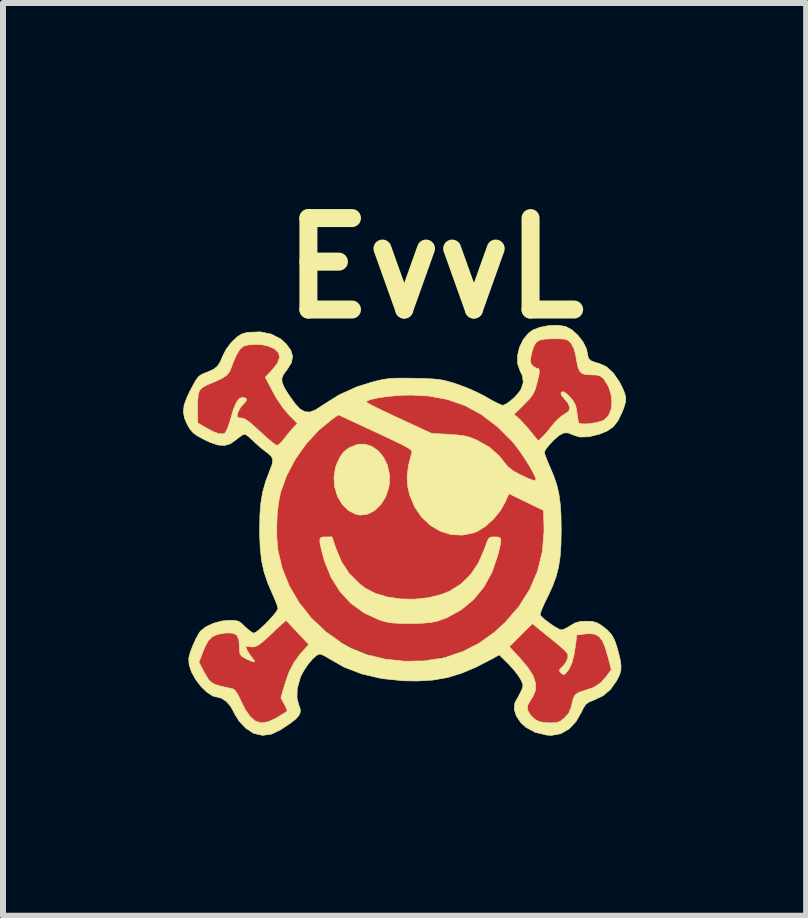
<source format=kicad_pcb>
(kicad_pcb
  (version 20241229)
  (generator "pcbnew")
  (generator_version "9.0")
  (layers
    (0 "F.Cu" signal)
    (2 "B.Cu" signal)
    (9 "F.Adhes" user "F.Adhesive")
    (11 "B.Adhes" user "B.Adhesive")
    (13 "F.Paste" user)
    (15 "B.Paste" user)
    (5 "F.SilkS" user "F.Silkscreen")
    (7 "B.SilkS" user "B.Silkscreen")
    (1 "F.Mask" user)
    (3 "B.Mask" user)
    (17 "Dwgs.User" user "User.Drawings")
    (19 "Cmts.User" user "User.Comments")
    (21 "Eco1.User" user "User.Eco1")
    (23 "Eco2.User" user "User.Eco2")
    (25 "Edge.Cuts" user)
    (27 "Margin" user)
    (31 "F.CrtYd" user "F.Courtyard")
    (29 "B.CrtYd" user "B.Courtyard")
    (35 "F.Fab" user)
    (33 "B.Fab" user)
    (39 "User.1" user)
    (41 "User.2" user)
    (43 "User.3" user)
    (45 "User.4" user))
  (footprint "EvvL"
    (layer "F.Cu")
    (at 3.693 5.788)
    (property "Reference" "EvvL" (at 0.5 -4.37 0) (layer "F.SilkS") (effects (font (size 1.524 1.524) (thickness 0.3))))
    (attr through_hole)
    (fp_poly (pts (xy -0.543 -1.399) (xy -0.439 -1.324) (xy -0.352 -1.218) (xy -0.289 -1.088) (xy -0.255 -0.939) (xy -0.256 -0.778) (xy -0.266 -0.716) (xy -0.317 -0.561) (xy -0.398 -0.431) (xy -0.5 -0.333) (xy -0.616 -0.273) (xy -0.739 -0.256) (xy -0.808 -0.268) (xy -0.936 -0.331) (xy -1.041 -0.435) (xy -1.119 -0.568) (xy -1.166 -0.721) (xy -1.179 -0.883) (xy -1.154 -1.045) (xy -1.124 -1.127) (xy -1.073 -1.231) (xy -1.022 -1.301) (xy -0.956 -1.356) (xy -0.909 -1.387) (xy -0.784 -1.437) (xy -0.66 -1.439) (xy -0.543 -1.399)) (stroke (width 0.01) (type solid)) (fill yes) (layer "F.SilkS"))
    (fp_poly (pts (xy -1.152 0.284) (xy -1.054 0.521) (xy -0.923 0.719) (xy -0.755 0.887) (xy -0.656 0.962) (xy -0.489 1.049) (xy -0.288 1.108) (xy -0.066 1.141) (xy 0.166 1.145) (xy 0.396 1.12) (xy 0.61 1.067) (xy 0.741 1.014) (xy 0.935 0.894) (xy 1.096 0.737) (xy 1.228 0.54) (xy 1.333 0.299) (xy 1.339 0.28) (xy 1.371 0.188) (xy 1.396 0.137) (xy 1.426 0.114) (xy 1.469 0.107) (xy 1.501 0.107) (xy 1.555 0.109) (xy 1.588 0.123) (xy 1.602 0.155) (xy 1.597 0.215) (xy 1.576 0.312) (xy 1.551 0.411) (xy 1.455 0.693) (xy 1.32 0.94) (xy 1.147 1.151) (xy 0.94 1.323) (xy 0.7 1.454) (xy 0.539 1.512) (xy 0.439 1.532) (xy 0.293 1.545) (xy 0.112 1.55) (xy 0.08 1.55) (xy -0.073 1.548) (xy -0.189 1.542) (xy -0.281 1.53) (xy -0.365 1.509) (xy -0.431 1.487) (xy -0.679 1.372) (xy -0.895 1.215) (xy -1.078 1.018) (xy -1.225 0.784) (xy -1.335 0.514) (xy -1.364 0.411) (xy -1.396 0.282) (xy -1.413 0.196) (xy -1.413 0.144) (xy -1.394 0.117) (xy -1.355 0.108) (xy -1.314 0.107) (xy -1.211 0.107) (xy -1.152 0.284)) (stroke (width 0.01) (type solid)) (fill yes) (layer "F.SilkS"))
    (fp_poly (pts (xy 2.677 -3.399) (xy 2.683 -3.397) (xy 2.787 -3.341) (xy 2.886 -3.251) (xy 2.971 -3.141) (xy 3.028 -3.026) (xy 3.048 -2.926) (xy 3.061 -2.868) (xy 3.107 -2.826) (xy 3.193 -2.794) (xy 3.236 -2.784) (xy 3.358 -2.73) (xy 3.473 -2.626) (xy 3.577 -2.475) (xy 3.62 -2.392) (xy 3.663 -2.293) (xy 3.683 -2.216) (xy 3.68 -2.142) (xy 3.653 -2.052) (xy 3.622 -1.972) (xy 3.554 -1.83) (xy 3.475 -1.729) (xy 3.373 -1.657) (xy 3.246 -1.605) (xy 3.065 -1.561) (xy 2.918 -1.557) (xy 2.807 -1.591) (xy 2.726 -1.625) (xy 2.651 -1.625) (xy 2.574 -1.586) (xy 2.481 -1.505) (xy 2.466 -1.49) (xy 2.398 -1.415) (xy 2.348 -1.351) (xy 2.326 -1.309) (xy 2.326 -1.306) (xy 2.337 -1.263) (xy 2.365 -1.186) (xy 2.405 -1.09) (xy 2.416 -1.066) (xy 2.483 -0.907) (xy 2.533 -0.76) (xy 2.568 -0.612) (xy 2.59 -0.45) (xy 2.603 -0.262) (xy 2.607 -0.035) (xy 2.607 0) (xy 2.603 0.239) (xy 2.589 0.438) (xy 2.563 0.61) (xy 2.522 0.769) (xy 2.463 0.928) (xy 2.384 1.1) (xy 2.362 1.143) (xy 2.313 1.246) (xy 2.276 1.332) (xy 2.258 1.39) (xy 2.257 1.407) (xy 2.287 1.444) (xy 2.349 1.497) (xy 2.428 1.556) (xy 2.508 1.609) (xy 2.575 1.646) (xy 2.611 1.658) (xy 2.66 1.643) (xy 2.73 1.606) (xy 2.762 1.585) (xy 2.843 1.539) (xy 2.926 1.517) (xy 3.022 1.512) (xy 3.124 1.516) (xy 3.201 1.537) (xy 3.278 1.582) (xy 3.29 1.591) (xy 3.382 1.664) (xy 3.448 1.739) (xy 3.498 1.831) (xy 3.54 1.957) (xy 3.555 2.011) (xy 3.589 2.15) (xy 3.604 2.253) (xy 3.6 2.336) (xy 3.577 2.412) (xy 3.533 2.498) (xy 3.531 2.503) (xy 3.427 2.65) (xy 3.304 2.754) (xy 3.15 2.827) (xy 3.066 2.86) (xy 3.014 2.9) (xy 2.974 2.963) (xy 2.953 3.009) (xy 2.855 3.182) (xy 2.736 3.308) (xy 2.599 3.386) (xy 2.445 3.414) (xy 2.366 3.409) (xy 2.174 3.363) (xy 2.017 3.278) (xy 1.933 3.2) (xy 1.859 3.089) (xy 1.825 2.977) (xy 1.835 2.875) (xy 1.854 2.836) (xy 1.896 2.763) (xy 1.938 2.68) (xy 1.941 2.674) (xy 1.966 2.613) (xy 1.969 2.567) (xy 1.947 2.511) (xy 1.927 2.471) (xy 1.878 2.397) (xy 1.805 2.306) (xy 1.723 2.218) (xy 1.722 2.217) (xy 1.575 2.072) (xy 1.463 2.135) (xy 1.193 2.275) (xy 0.946 2.379) (xy 0.709 2.451) (xy 0.467 2.493) (xy 0.209 2.508) (xy -0.027 2.504) (xy -0.384 2.467) (xy -0.714 2.39) (xy -1.014 2.275) (xy -1.267 2.13) (xy -1.339 2.087) (xy -1.401 2.062) (xy -1.419 2.059) (xy -1.469 2.081) (xy -1.535 2.14) (xy -1.606 2.224) (xy -1.673 2.322) (xy -1.728 2.423) (xy -1.741 2.456) (xy -1.791 2.633) (xy -1.795 2.791) (xy -1.766 2.903) (xy -1.742 2.971) (xy -1.74 3.029) (xy -1.764 3.084) (xy -1.819 3.144) (xy -1.91 3.215) (xy -2.043 3.304) (xy -2.067 3.32) (xy -2.22 3.393) (xy -2.368 3.414) (xy -2.511 3.381) (xy -2.527 3.374) (xy -2.648 3.294) (xy -2.757 3.179) (xy -2.84 3.046) (xy -2.851 3.019) (xy -2.903 2.927) (xy -2.974 2.848) (xy -3.05 2.796) (xy -3.105 2.781) (xy -3.2 2.757) (xy -3.3 2.691) (xy -3.397 2.596) (xy -3.484 2.481) (xy -3.552 2.358) (xy -3.592 2.237) (xy -3.595 2.197) (xy -3.429 2.197) (xy -3.355 2.335) (xy -3.305 2.425) (xy -3.263 2.489) (xy -3.216 2.534) (xy -3.155 2.566) (xy -3.068 2.593) (xy -2.945 2.62) (xy -2.871 2.635) (xy -2.826 2.665) (xy -2.776 2.741) (xy -2.741 2.814) (xy -2.655 2.986) (xy -2.57 3.107) (xy -2.48 3.179) (xy -2.382 3.205) (xy -2.271 3.186) (xy -2.142 3.126) (xy -2.125 3.116) (xy -2.046 3.067) (xy -1.986 3.029) (xy -1.959 3.011) (xy -1.963 2.982) (xy -1.989 2.925) (xy -2.005 2.894) (xy -2.063 2.791) (xy -1.997 2.562) (xy -1.93 2.367) (xy -1.848 2.206) (xy -1.74 2.057) (xy -1.694 2.005) (xy -1.599 1.899) (xy -1.782 1.705) (xy -1.86 1.622) (xy -1.923 1.554) (xy -1.962 1.511) (xy -1.972 1.499) (xy -1.992 1.512) (xy -2.043 1.555) (xy -2.116 1.622) (xy -2.186 1.689) (xy -2.301 1.798) (xy -2.388 1.873) (xy -2.455 1.919) (xy -2.509 1.939) (xy -2.558 1.94) (xy -2.58 1.936) (xy -2.629 1.93) (xy -2.647 1.937) (xy -2.631 1.985) (xy -2.592 2.053) (xy -2.542 2.121) (xy -2.532 2.132) (xy -2.501 2.176) (xy -2.513 2.19) (xy -2.566 2.174) (xy -2.646 2.136) (xy -2.708 2.101) (xy -2.74 2.067) (xy -2.752 2.015) (xy -2.754 1.936) (xy -2.763 1.819) (xy -2.795 1.746) (xy -2.859 1.711) (xy -2.96 1.707) (xy -2.999 1.71) (xy -3.121 1.732) (xy -3.209 1.772) (xy -3.275 1.84) (xy -3.332 1.946) (xy -3.356 2.006) (xy -3.429 2.197) (xy -3.595 2.197) (xy -3.598 2.129) (xy -3.597 2.121) (xy -3.572 2.028) (xy -3.53 1.918) (xy -3.48 1.807) (xy -3.431 1.717) (xy -3.401 1.675) (xy -3.311 1.604) (xy -3.185 1.546) (xy -3.043 1.508) (xy -2.926 1.498) (xy -2.833 1.5) (xy -2.772 1.513) (xy -2.721 1.546) (xy -2.66 1.604) (xy -2.595 1.663) (xy -2.539 1.702) (xy -2.514 1.711) (xy -2.474 1.692) (xy -2.411 1.642) (xy -2.335 1.572) (xy -2.257 1.493) (xy -2.187 1.414) (xy -2.135 1.348) (xy -2.113 1.304) (xy -2.112 1.3) (xy -2.123 1.254) (xy -2.152 1.175) (xy -2.193 1.079) (xy -2.202 1.06) (xy -2.284 0.869) (xy -2.344 0.69) (xy -2.384 0.506) (xy -2.407 0.304) (xy -2.417 0.069) (xy -2.417 -0.013) (xy -2.416 -0.066) (xy -2.133 -0.066) (xy -2.13 0.138) (xy -2.114 0.318) (xy -2.114 0.323) (xy -2.042 0.63) (xy -1.923 0.926) (xy -1.759 1.204) (xy -1.555 1.46) (xy -1.316 1.686) (xy -1.046 1.877) (xy -0.891 1.963) (xy -0.617 2.073) (xy -0.317 2.145) (xy -0.001 2.179) (xy 0.317 2.173) (xy 0.625 2.126) (xy 0.679 2.113) (xy 0.97 2.016) (xy 1.128 1.936) (xy 1.743 1.936) (xy 1.918 2.124) (xy 2.051 2.282) (xy 2.139 2.42) (xy 2.18 2.545) (xy 2.179 2.66) (xy 2.134 2.771) (xy 2.098 2.825) (xy 2.048 2.913) (xy 2.047 2.992) (xy 2.095 3.074) (xy 2.127 3.109) (xy 2.181 3.155) (xy 2.24 3.183) (xy 2.319 3.198) (xy 2.436 3.205) (xy 2.44 3.205) (xy 2.528 3.201) (xy 2.593 3.177) (xy 2.662 3.122) (xy 2.663 3.121) (xy 2.737 3.035) (xy 2.777 2.933) (xy 2.783 2.903) (xy 2.808 2.8) (xy 2.844 2.736) (xy 2.902 2.697) (xy 2.978 2.673) (xy 3.141 2.617) (xy 3.266 2.536) (xy 3.356 2.436) (xy 3.442 2.318) (xy 3.39 2.117) (xy 3.343 1.955) (xy 3.295 1.84) (xy 3.238 1.767) (xy 3.168 1.728) (xy 3.077 1.718) (xy 2.991 1.725) (xy 2.866 1.742) (xy 2.848 1.894) (xy 2.821 2.07) (xy 2.787 2.202) (xy 2.743 2.3) (xy 2.714 2.342) (xy 2.67 2.391) (xy 2.642 2.402) (xy 2.611 2.38) (xy 2.605 2.375) (xy 2.578 2.342) (xy 2.583 2.314) (xy 2.626 2.271) (xy 2.63 2.268) (xy 2.684 2.201) (xy 2.716 2.125) (xy 2.716 2.124) (xy 2.72 2.09) (xy 2.714 2.059) (xy 2.691 2.024) (xy 2.645 1.978) (xy 2.572 1.914) (xy 2.464 1.825) (xy 2.429 1.797) (xy 2.126 1.552) (xy 1.934 1.744) (xy 1.743 1.936) (xy 1.128 1.936) (xy 1.239 1.879) (xy 1.492 1.697) (xy 1.677 1.527) (xy 1.905 1.264) (xy 2.084 0.98) (xy 2.213 0.677) (xy 2.293 0.356) (xy 2.321 0.02) (xy 2.32 -0.067) (xy 2.313 -0.334) (xy 2.219 -0.379) (xy 2.149 -0.413) (xy 2.051 -0.461) (xy 1.944 -0.513) (xy 1.931 -0.519) (xy 1.737 -0.613) (xy 1.671 -0.466) (xy 1.59 -0.325) (xy 1.478 -0.19) (xy 1.35 -0.073) (xy 1.217 0.012) (xy 1.152 0.039) (xy 0.958 0.078) (xy 0.768 0.067) (xy 0.588 0.01) (xy 0.424 -0.088) (xy 0.281 -0.223) (xy 0.166 -0.392) (xy 0.083 -0.591) (xy 0.052 -0.722) (xy 0.04 -0.889) (xy 0.06 -1.072) (xy 0.114 -1.281) (xy 0.119 -1.297) (xy 0.12 -1.316) (xy 0.109 -1.336) (xy 0.078 -1.361) (xy 0.025 -1.393) (xy -0.058 -1.437) (xy -0.175 -1.494) (xy -0.331 -1.568) (xy -0.484 -1.639) (xy -1.104 -1.927) (xy -1.21 -1.854) (xy -1.435 -1.669) (xy -1.642 -1.443) (xy -1.822 -1.189) (xy -1.966 -0.917) (xy -2.067 -0.64) (xy -2.07 -0.628) (xy -2.102 -0.468) (xy -2.124 -0.274) (xy -2.133 -0.066) (xy -2.416 -0.066) (xy -2.413 -0.259) (xy -2.396 -0.466) (xy -2.364 -0.649) (xy -2.315 -0.822) (xy -2.247 -1) (xy -2.246 -1.003) (xy -2.207 -1.106) (xy -2.198 -1.179) (xy -2.222 -1.235) (xy -2.282 -1.289) (xy -2.306 -1.306) (xy -2.394 -1.375) (xy -2.487 -1.457) (xy -2.525 -1.495) (xy -2.59 -1.555) (xy -2.644 -1.595) (xy -2.669 -1.604) (xy -2.71 -1.587) (xy -2.771 -1.544) (xy -2.811 -1.511) (xy -2.904 -1.445) (xy -3.001 -1.416) (xy -3.113 -1.424) (xy -3.248 -1.47) (xy -3.347 -1.518) (xy -3.452 -1.575) (xy -3.522 -1.625) (xy -3.572 -1.681) (xy -3.616 -1.752) (xy -3.668 -1.869) (xy -3.688 -1.978) (xy -3.679 -2.055) (xy -3.449 -2.055) (xy -3.449 -1.792) (xy -3.309 -1.711) (xy -3.185 -1.646) (xy -3.094 -1.613) (xy -3.028 -1.61) (xy -2.997 -1.623) (xy -2.971 -1.66) (xy -2.939 -1.735) (xy -2.907 -1.834) (xy -2.899 -1.865) (xy -2.851 -2.026) (xy -2.803 -2.137) (xy -2.752 -2.2) (xy -2.701 -2.219) (xy -2.646 -2.205) (xy -2.635 -2.169) (xy -2.672 -2.12) (xy -2.682 -2.111) (xy -2.73 -2.059) (xy -2.769 -1.993) (xy -2.792 -1.93) (xy -2.789 -1.889) (xy -2.787 -1.887) (xy -2.751 -1.875) (xy -2.708 -1.872) (xy -2.656 -1.853) (xy -2.574 -1.795) (xy -2.462 -1.697) (xy -2.405 -1.644) (xy -2.31 -1.557) (xy -2.226 -1.485) (xy -2.163 -1.436) (xy -2.129 -1.417) (xy -2.128 -1.417) (xy -2.092 -1.437) (xy -2.041 -1.488) (xy -2.018 -1.517) (xy -1.951 -1.602) (xy -1.88 -1.685) (xy -1.866 -1.701) (xy -1.788 -1.784) (xy -1.93 -1.928) (xy -2.034 -2.052) (xy -2.139 -2.208) (xy -2.197 -2.313) (xy -2.323 -2.553) (xy -2.204 -2.679) (xy -2.119 -2.788) (xy -2.085 -2.882) (xy -2.102 -2.961) (xy -2.17 -3.026) (xy -2.27 -3.071) (xy -2.376 -3.094) (xy -2.498 -3.1) (xy -2.612 -3.091) (xy -2.685 -3.071) (xy -2.746 -3.018) (xy -2.808 -2.916) (xy -2.869 -2.772) (xy -2.885 -2.724) (xy -2.917 -2.647) (xy -2.964 -2.588) (xy -3.037 -2.538) (xy -3.147 -2.486) (xy -3.184 -2.471) (xy -3.298 -2.423) (xy -3.373 -2.381) (xy -3.418 -2.333) (xy -3.44 -2.266) (xy -3.448 -2.168) (xy -3.449 -2.055) (xy -3.679 -2.055) (xy -3.674 -2.093) (xy -3.625 -2.226) (xy -3.581 -2.317) (xy -3.52 -2.432) (xy -3.475 -2.51) (xy -3.437 -2.56) (xy -3.397 -2.592) (xy -3.347 -2.616) (xy -3.293 -2.636) (xy -3.189 -2.682) (xy -3.12 -2.736) (xy -3.07 -2.815) (xy -3.035 -2.901) (xy -2.975 -3.018) (xy -2.886 -3.135) (xy -2.863 -3.158) (xy -2.782 -3.232) (xy -2.712 -3.275) (xy -2.632 -3.297) (xy -2.611 -3.3) (xy -2.408 -3.309) (xy -2.225 -3.272) (xy -2.069 -3.192) (xy -1.981 -3.114) (xy -1.898 -3.003) (xy -1.868 -2.899) (xy -1.888 -2.795) (xy -1.958 -2.682) (xy -1.967 -2.671) (xy -2.022 -2.597) (xy -2.047 -2.532) (xy -2.042 -2.463) (xy -2.005 -2.378) (xy -1.936 -2.265) (xy -1.927 -2.253) (xy -1.829 -2.115) (xy -1.744 -2.024) (xy -1.663 -1.978) (xy -1.58 -1.973) (xy -1.487 -2.008) (xy -1.375 -2.081) (xy -1.374 -2.082) (xy -1.279 -2.142) (xy -0.642 -2.142) (xy -0.618 -2.125) (xy -0.554 -2.09) (xy -0.454 -2.039) (xy -0.326 -1.977) (xy -0.177 -1.906) (xy -0.1 -1.871) (xy 0.441 -1.62) (xy 0.735 -1.602) (xy 0.881 -1.591) (xy 0.99 -1.577) (xy 1.08 -1.554) (xy 1.168 -1.521) (xy 1.204 -1.505) (xy 1.407 -1.391) (xy 1.569 -1.248) (xy 1.66 -1.133) (xy 1.723 -1.058) (xy 1.806 -0.994) (xy 1.923 -0.93) (xy 1.932 -0.926) (xy 2.052 -0.87) (xy 2.13 -0.84) (xy 2.173 -0.834) (xy 2.187 -0.85) (xy 2.181 -0.876) (xy 2.137 -0.97) (xy 2.069 -1.09) (xy 1.986 -1.221) (xy 1.899 -1.347) (xy 1.817 -1.454) (xy 1.795 -1.479) (xy 1.544 -1.73) (xy 1.283 -1.929) (xy 1.275 -1.934) (xy 1.82 -1.934) (xy 1.883 -1.883) (xy 1.93 -1.838) (xy 1.997 -1.765) (xy 2.072 -1.68) (xy 2.086 -1.663) (xy 2.226 -1.494) (xy 2.291 -1.555) (xy 2.342 -1.609) (xy 2.409 -1.687) (xy 2.462 -1.755) (xy 2.534 -1.836) (xy 2.61 -1.904) (xy 2.662 -1.937) (xy 2.732 -1.987) (xy 2.752 -2.047) (xy 2.721 -2.121) (xy 2.668 -2.185) (xy 2.617 -2.245) (xy 2.603 -2.284) (xy 2.614 -2.304) (xy 2.642 -2.312) (xy 2.686 -2.287) (xy 2.749 -2.228) (xy 2.813 -2.153) (xy 2.848 -2.083) (xy 2.866 -1.992) (xy 2.868 -1.97) (xy 2.88 -1.882) (xy 2.893 -1.815) (xy 2.901 -1.791) (xy 2.937 -1.777) (xy 3.009 -1.775) (xy 3.1 -1.783) (xy 3.196 -1.799) (xy 3.279 -1.822) (xy 3.321 -1.84) (xy 3.394 -1.911) (xy 3.438 -2.015) (xy 3.452 -2.139) (xy 3.437 -2.272) (xy 3.394 -2.402) (xy 3.322 -2.517) (xy 3.308 -2.533) (xy 3.26 -2.572) (xy 3.195 -2.59) (xy 3.112 -2.593) (xy 3.024 -2.597) (xy 2.961 -2.613) (xy 2.918 -2.65) (xy 2.888 -2.717) (xy 2.865 -2.822) (xy 2.846 -2.936) (xy 2.82 -3.027) (xy 2.778 -3.109) (xy 2.767 -3.123) (xy 2.733 -3.158) (xy 2.698 -3.179) (xy 2.646 -3.19) (xy 2.565 -3.194) (xy 2.472 -3.194) (xy 2.339 -3.189) (xy 2.249 -3.172) (xy 2.189 -3.133) (xy 2.149 -3.066) (xy 2.117 -2.961) (xy 2.112 -2.94) (xy 2.095 -2.857) (xy 2.095 -2.806) (xy 2.113 -2.768) (xy 2.127 -2.753) (xy 2.175 -2.713) (xy 2.21 -2.7) (xy 2.234 -2.692) (xy 2.243 -2.66) (xy 2.237 -2.596) (xy 2.214 -2.494) (xy 2.199 -2.437) (xy 2.171 -2.343) (xy 2.137 -2.27) (xy 2.088 -2.202) (xy 2.011 -2.121) (xy 1.986 -2.097) (xy 1.82 -1.934) (xy 1.275 -1.934) (xy 1.007 -2.08) (xy 0.712 -2.183) (xy 0.393 -2.241) (xy 0.107 -2.256) (xy -0.038 -2.253) (xy -0.187 -2.242) (xy -0.329 -2.227) (xy -0.455 -2.207) (xy -0.556 -2.185) (xy -0.621 -2.162) (xy -0.642 -2.142) (xy -1.279 -2.142) (xy -1.093 -2.259) (xy -0.794 -2.394) (xy -0.536 -2.474) (xy -0.428 -2.501) (xy -0.336 -2.52) (xy -0.247 -2.531) (xy -0.149 -2.537) (xy -0.026 -2.538) (xy 0.134 -2.536) (xy 0.169 -2.535) (xy 0.336 -2.531) (xy 0.462 -2.525) (xy 0.562 -2.516) (xy 0.648 -2.502) (xy 0.734 -2.48) (xy 0.834 -2.45) (xy 0.878 -2.435) (xy 1.027 -2.38) (xy 1.185 -2.311) (xy 1.327 -2.24) (xy 1.37 -2.215) (xy 1.47 -2.158) (xy 1.557 -2.114) (xy 1.618 -2.089) (xy 1.635 -2.085) (xy 1.686 -2.105) (xy 1.756 -2.154) (xy 1.832 -2.221) (xy 1.898 -2.294) (xy 1.94 -2.356) (xy 1.975 -2.466) (xy 1.962 -2.575) (xy 1.922 -2.66) (xy 1.881 -2.777) (xy 1.88 -2.912) (xy 1.912 -3.051) (xy 1.975 -3.181) (xy 2.063 -3.287) (xy 2.135 -3.339) (xy 2.257 -3.386) (xy 2.404 -3.414) (xy 2.552 -3.419) (xy 2.677 -3.399)) (stroke (width 0.01) (type solid)) (fill yes) (layer "F.SilkS"))
    (pad "1" smd custom (at 0.11 0.59) (size 1 1) (layers "F.Cu" "F.Mask") (options (anchor circle)) (primitives (gr_poly (pts (xy -1.106 -2.484) (xy -1.052 -2.458) (xy -0.957 -2.414) (xy -0.833 -2.356) (xy -0.688 -2.288) (xy -0.53 -2.215) (xy -0.502 -2.202) (xy -0.35 -2.131) (xy -0.216 -2.067) (xy -0.106 -2.015) (xy -0.027 -1.977) (xy 0.012 -1.956) (xy 0.015 -1.954) (xy 0.017 -1.922) (xy 0.002 -1.861) (xy -0.004 -1.841) (xy -0.054 -1.613) (xy -0.058 -1.388) (xy -0.017 -1.174) (xy 0.067 -0.976) (xy 0.19 -0.803) (xy 0.35 -0.662) (xy 0.43 -0.612) (xy 0.512 -0.571) (xy 0.586 -0.548) (xy 0.672 -0.537) (xy 0.786 -0.534) (xy 0.903 -0.537) (xy 0.988 -0.548) (xy 1.062 -0.572) (xy 1.141 -0.612) (xy 1.32 -0.74) (xy 1.463 -0.907) (xy 1.539 -1.044) (xy 1.577 -1.123) (xy 1.609 -1.179) (xy 1.623 -1.198) (xy 1.653 -1.191) (xy 1.72 -1.164) (xy 1.815 -1.122) (xy 1.922 -1.071) (xy 2.203 -0.934) (xy 2.211 -0.667) (xy 2.198 -0.328) (xy 2.136 -0.009) (xy 2.025 0.291) (xy 1.865 0.573) (xy 1.655 0.838) (xy 1.394 1.087) (xy 1.167 1.262) (xy 0.995 1.361) (xy 0.785 1.446) (xy 0.549 1.514) (xy 0.302 1.562) (xy 0.057 1.588) (xy -0.173 1.588) (xy -0.297 1.575) (xy -0.654 1.494) (xy -0.98 1.369) (xy -1.278 1.199) (xy -1.546 0.985) (xy -1.786 0.725) (xy -1.958 0.483) (xy -2.078 0.252) (xy -2.169 -0.013) (xy -2.228 -0.3) (xy -2.243 -0.493) (xy -1.46 -0.49) (xy -1.513 -0.393) (xy -1.441 -0.087) (xy -1.332 0.183) (xy -1.186 0.416) (xy -1.006 0.611) (xy -0.792 0.766) (xy -0.546 0.878) (xy -0.537 0.881) (xy -0.435 0.913) (xy -0.341 0.933) (xy -0.237 0.945) (xy -0.106 0.949) (xy -0.028 0.95) (xy 0.191 0.944) (xy 0.358 0.924) (xy 0.427 0.908) (xy 0.68 0.807) (xy 0.905 0.662) (xy 1.099 0.477) (xy 1.258 0.254) (xy 1.38 -0.001) (xy 1.453 -0.25) (xy 1.475 -0.366) (xy 1.478 -0.44) (xy 1.459 -0.479) (xy 1.415 -0.491) (xy 1.372 -0.488) (xy 1.334 -0.479) (xy 1.303 -0.455) (xy 1.273 -0.406) (xy 1.236 -0.321) (xy 1.211 -0.258) (xy 1.102 -0.027) (xy 0.971 0.16) (xy 0.812 0.309) (xy 0.617 0.426) (xy 0.508 0.474) (xy 0.439 0.499) (xy 0.371 0.516) (xy 0.291 0.526) (xy 0.186 0.54) (xy 0.045 0.55) (xy -0.016 0.552) (xy -0.224 0.548) (xy -0.391 0.512) (xy -0.529 0.482) (xy -0.651 0.435) (xy -0.769 0.367) (xy -0.833 0.322) (xy -0.975 0.192) (xy -1.105 0.025) (xy -1.212 -0.162) (xy -1.285 -0.353) (xy -1.298 -0.406) (xy -1.316 -0.462) (xy -1.347 -0.487) (xy -1.41 -0.493) (xy -1.46 -0.49) (xy -1.529 -0.493) (xy -2.243 -0.493) (xy -2.251 -0.596) (xy -2.251 -0.643) (xy -2.23 -0.972) (xy -2.171 -1.271) (xy -2.132 -1.378) (xy -1.283 -1.378) (xy -1.238 -1.204) (xy -1.145 -1.046) (xy -1.114 -1.009) (xy -0.998 -0.909) (xy -0.877 -0.863) (xy -0.751 -0.869) (xy -0.619 -0.929) (xy -0.588 -0.95) (xy -0.527 -1.011) (xy -0.465 -1.102) (xy -0.436 -1.158) (xy -0.377 -1.344) (xy -0.371 -1.529) (xy -0.419 -1.71) (xy -0.439 -1.755) (xy -0.531 -1.896) (xy -0.641 -1.99) (xy -0.762 -2.037) (xy -0.887 -2.038) (xy -1.008 -1.992) (xy -1.119 -1.9) (xy -1.212 -1.761) (xy -1.223 -1.737) (xy -1.279 -1.559) (xy -1.283 -1.378) (xy -2.132 -1.378) (xy -2.07 -1.55) (xy -1.925 -1.817) (xy -1.891 -1.869) (xy -1.802 -1.989) (xy -1.687 -2.12) (xy -1.562 -2.25) (xy -1.438 -2.365) (xy -1.329 -2.451) (xy -1.317 -2.459) (xy -1.207 -2.532) (xy -1.106 -2.484)) (width 0.01) (fill yes))))
    (pad "2" smd custom (at -2.68 -2.48) (size 0.1 0.1) (layers "F.Cu" "F.Mask") (options (anchor circle)) (primitives (gr_circle (center 0 0) (end 0.1 0) (width 0) (fill yes)) (gr_poly (pts (xy 0.26 -0.627) (xy 0.411 -0.602) (xy 0.519 -0.554) (xy 0.58 -0.485) (xy 0.594 -0.399) (xy 0.558 -0.3) (xy 0.47 -0.192) (xy 0.468 -0.189) (xy 0.368 -0.093) (xy 0.5 0.166) (xy 0.606 0.352) (xy 0.713 0.499) (xy 0.761 0.551) (xy 0.89 0.69) (xy 0.737 0.865) (xy 0.665 0.948) (xy 0.61 1.02) (xy 0.559 1.058) (xy 0.548 1.062) (xy 0.516 1.035) (xy 0.455 0.988) (xy 0.374 0.917) (xy 0.293 0.841) (xy 0.165 0.726) (xy 0.061 0.647) (xy -0.016 0.607) (xy -0.021 0.605) (xy -0.089 0.606) (xy -0.111 0.574) (xy -0.107 0.516) (xy -0.084 0.457) (xy -0.035 0.388) (xy -0.017 0.368) (xy 0.03 0.306) (xy 0.035 0.266) (xy -0.000311 0.254) (xy -0.042 0.263) (xy -0.084 0.297) (xy -0.13 0.365) (xy -0.172 0.45) (xy -0.2 0.534) (xy -0.208 0.585) (xy -0.218 0.652) (xy -0.242 0.736) (xy -0.251 0.758) (xy -0.288 0.827) (xy -0.337 0.861) (xy -0.406 0.86) (xy -0.502 0.825) (xy -0.595 0.778) (xy -0.78 0.68) (xy -0.763 0.428) (xy -0.765 0.29) (xy -0.757 0.193) (xy -0.731 0.126) (xy -0.68 0.077) (xy -0.596 0.035) (xy -0.499 -0.004) (xy -0.366 -0.067) (xy -0.27 -0.137) (xy -0.216 -0.209) (xy -0.208 -0.249) (xy -0.197 -0.293) (xy -0.169 -0.366) (xy -0.14 -0.43) (xy -0.083 -0.528) (xy -0.016 -0.591) (xy 0.072 -0.622) (xy 0.194 -0.63) (xy 0.26 -0.627)) (width 0.01) (fill yes))))
    (pad "2" smd custom (at -2.55 2.52) (size 0.1 0.1) (layers "F.Cu" "F.Mask") (options (anchor circle)) (primitives (gr_circle (center 0 0) (end 0.1 0) (width 0) (fill yes)) (gr_poly (pts (xy 0.6 -1.008) (xy 0.649 -0.955) (xy 0.718 -0.881) (xy 0.77 -0.826) (xy 0.953 -0.633) (xy 0.859 -0.529) (xy 0.724 -0.35) (xy 0.619 -0.143) (xy 0.555 0.041) (xy 0.493 0.256) (xy 0.546 0.359) (xy 0.578 0.424) (xy 0.596 0.467) (xy 0.598 0.473) (xy 0.577 0.491) (xy 0.522 0.529) (xy 0.445 0.578) (xy 0.44 0.581) (xy 0.305 0.651) (xy 0.193 0.677) (xy 0.095 0.661) (xy 0.012 0.609) (xy -0.039 0.551) (xy -0.099 0.462) (xy -0.156 0.359) (xy -0.162 0.347) (xy -0.217 0.235) (xy -0.261 0.162) (xy -0.305 0.12) (xy -0.359 0.097) (xy -0.432 0.084) (xy -0.435 0.083) (xy -0.56 0.057) (xy -0.66 0.012) (xy -0.74 -0.072) (xy -0.789 -0.163) (xy -0.882 -0.323) (xy -0.815 -0.511) (xy -0.755 -0.648) (xy -0.682 -0.74) (xy -0.584 -0.799) (xy -0.452 -0.831) (xy -0.439 -0.833) (xy -0.354 -0.842) (xy -0.304 -0.836) (xy -0.268 -0.811) (xy -0.252 -0.792) (xy -0.216 -0.714) (xy -0.204 -0.594) (xy -0.204 -0.591) (xy -0.202 -0.508) (xy -0.189 -0.459) (xy -0.153 -0.427) (xy -0.089 -0.393) (xy 0.000046 -0.353) (xy 0.045 -0.341) (xy 0.049 -0.357) (xy 0.013 -0.402) (xy 0.005 -0.411) (xy -0.047 -0.478) (xy -0.082 -0.543) (xy -0.084 -0.548) (xy -0.092 -0.593) (xy -0.071 -0.602) (xy -0.03 -0.594) (xy 0.018 -0.589) (xy 0.069 -0.601) (xy 0.13 -0.635) (xy 0.207 -0.696) (xy 0.31 -0.79) (xy 0.378 -0.855) (xy 0.459 -0.932) (xy 0.526 -0.991) (xy 0.568 -1.025) (xy 0.579 -1.031) (xy 0.6 -1.008)) (width 0.01) (fill yes))))
    (pad "2" smd custom (at 0.6 -1.81) (size 0.1 0.1) (layers "F.Cu" "F.Mask") (options (anchor circle)) (primitives (gr_circle (center 0 0) (end 0.1 0) (width 0) (fill yes)) (gr_poly (pts (xy -0.48 -0.456) (xy -0.317 -0.453) (xy -0.192 -0.447) (xy -0.088 -0.435) (xy 0.008 -0.416) (xy 0.114 -0.387) (xy 0.135 -0.381) (xy 0.443 -0.264) (xy 0.727 -0.102) (xy 0.989 0.105) (xy 1.233 0.361) (xy 1.355 0.517) (xy 1.403 0.588) (xy 1.456 0.679) (xy 1.507 0.775) (xy 1.55 0.864) (xy 1.579 0.934) (xy 1.587 0.971) (xy 1.587 0.972) (xy 1.561 0.971) (xy 1.498 0.95) (xy 1.409 0.914) (xy 1.352 0.887) (xy 1.236 0.83) (xy 1.157 0.781) (xy 1.098 0.729) (xy 1.045 0.663) (xy 1.031 0.643) (xy 0.914 0.507) (xy 0.763 0.386) (xy 0.596 0.292) (xy 0.511 0.259) (xy 0.425 0.238) (xy 0.305 0.219) (xy 0.17 0.203) (xy 0.095 0.197) (xy -0.186 0.18) (xy -0.714 -0.071) (xy -0.868 -0.144) (xy -1.004 -0.211) (xy -1.116 -0.267) (xy -1.196 -0.31) (xy -1.238 -0.335) (xy -1.242 -0.34) (xy -1.218 -0.355) (xy -1.155 -0.379) (xy -1.065 -0.405) (xy -1.048 -0.41) (xy -0.94 -0.433) (xy -0.823 -0.447) (xy -0.682 -0.455) (xy -0.504 -0.456) (xy -0.48 -0.456)) (width 0.01) (fill yes))))
    (pad "2" smd custom (at 2.51 2.7) (size 0.1 0.1) (layers "F.Cu" "F.Mask") (options (anchor circle)) (primitives (gr_circle (center 0 0) (end 0.1 0) (width 0) (fill yes)) (gr_poly (pts (xy -0.348 -1.125) (xy -0.284 -1.078) (xy -0.196 -1.01) (xy -0.093 -0.927) (xy -0.063 -0.903) (xy 0.051 -0.809) (xy 0.129 -0.742) (xy 0.178 -0.693) (xy 0.203 -0.657) (xy 0.21 -0.625) (xy 0.206 -0.591) (xy 0.206 -0.588) (xy 0.175 -0.511) (xy 0.124 -0.438) (xy 0.122 -0.436) (xy 0.08 -0.386) (xy 0.074 -0.355) (xy 0.093 -0.333) (xy 0.14 -0.322) (xy 0.188 -0.358) (xy 0.235 -0.435) (xy 0.278 -0.546) (xy 0.314 -0.687) (xy 0.338 -0.829) (xy 0.351 -0.911) (xy 0.36 -0.954) (xy 0.405 -0.975) (xy 0.437 -0.983) (xy 0.565 -0.999) (xy 0.665 -0.985) (xy 0.741 -0.937) (xy 0.802 -0.848) (xy 0.853 -0.713) (xy 0.874 -0.638) (xy 0.938 -0.399) (xy 0.866 -0.294) (xy 0.743 -0.163) (xy 0.586 -0.07) (xy 0.492 -0.038) (xy 0.387 0.001) (xy 0.323 0.058) (xy 0.287 0.146) (xy 0.28 0.186) (xy 0.244 0.293) (xy 0.167 0.394) (xy 0.163 0.398) (xy 0.098 0.458) (xy 0.042 0.487) (xy -0.03 0.497) (xy -0.08 0.497) (xy -0.181 0.49) (xy -0.274 0.471) (xy -0.309 0.459) (xy -0.38 0.409) (xy -0.44 0.334) (xy -0.475 0.255) (xy -0.478 0.228) (xy -0.463 0.189) (xy -0.425 0.127) (xy -0.405 0.1) (xy -0.344 -0.013) (xy -0.331 -0.134) (xy -0.365 -0.265) (xy -0.448 -0.41) (xy -0.58 -0.57) (xy -0.602 -0.594) (xy -0.771 -0.77) (xy -0.591 -0.961) (xy -0.511 -1.042) (xy -0.443 -1.104) (xy -0.395 -1.139) (xy -0.38 -1.144) (xy -0.348 -1.125)) (width 0.01) (fill yes))))
    (pad "2" smd custom (at 2.69 -2.55) (size 0.1 0.1) (layers "F.Cu" "F.Mask") (options (anchor circle)) (primitives (gr_circle (center 0 0) (end 0.1 0) (width 0) (fill yes)) (gr_poly (pts (xy -0.052 -0.657) (xy 0.039 -0.62) (xy 0.104 -0.549) (xy 0.149 -0.44) (xy 0.18 -0.284) (xy 0.183 -0.264) (xy 0.208 -0.16) (xy 0.256 -0.095) (xy 0.337 -0.061) (xy 0.436 -0.048) (xy 0.525 -0.039) (xy 0.583 -0.018) (xy 0.633 0.027) (xy 0.661 0.061) (xy 0.719 0.163) (xy 0.752 0.285) (xy 0.759 0.413) (xy 0.743 0.534) (xy 0.702 0.634) (xy 0.639 0.701) (xy 0.63 0.706) (xy 0.565 0.729) (xy 0.47 0.75) (xy 0.392 0.761) (xy 0.3 0.771) (xy 0.248 0.77) (xy 0.22 0.754) (xy 0.202 0.721) (xy 0.198 0.709) (xy 0.18 0.634) (xy 0.171 0.544) (xy 0.171 0.533) (xy 0.163 0.46) (xy 0.133 0.399) (xy 0.071 0.328) (xy 0.067 0.324) (xy -0.001 0.262) (xy -0.045 0.241) (xy -0.067 0.249) (xy -0.075 0.281) (xy -0.044 0.331) (xy -0.019 0.36) (xy 0.048 0.441) (xy 0.067 0.505) (xy 0.039 0.558) (xy -0.02 0.6) (xy -0.09 0.652) (xy -0.17 0.728) (xy -0.223 0.789) (xy -0.291 0.871) (xy -0.357 0.944) (xy -0.395 0.982) (xy -0.46 1.042) (xy -0.668 0.815) (xy -0.875 0.589) (xy -0.8 0.522) (xy -0.747 0.479) (xy -0.712 0.456) (xy -0.708 0.455) (xy -0.671 0.431) (xy -0.624 0.368) (xy -0.574 0.279) (xy -0.529 0.177) (xy -0.494 0.074) (xy -0.493 0.071) (xy -0.444 -0.119) (xy -0.524 -0.182) (xy -0.574 -0.227) (xy -0.598 -0.274) (xy -0.598 -0.337) (xy -0.577 -0.43) (xy -0.564 -0.475) (xy -0.536 -0.558) (xy -0.505 -0.604) (xy -0.458 -0.63) (xy -0.423 -0.64) (xy -0.337 -0.657) (xy -0.23 -0.667) (xy -0.174 -0.668) (xy -0.052 -0.657)) (width 0.01) (fill yes)))))
  (gr_rect
    (start -3 -3)
    (end 10.381 12.207)
    (stroke (width 0.1) (type default))
    (fill no)
    (layer "Edge.Cuts")))
</source>
